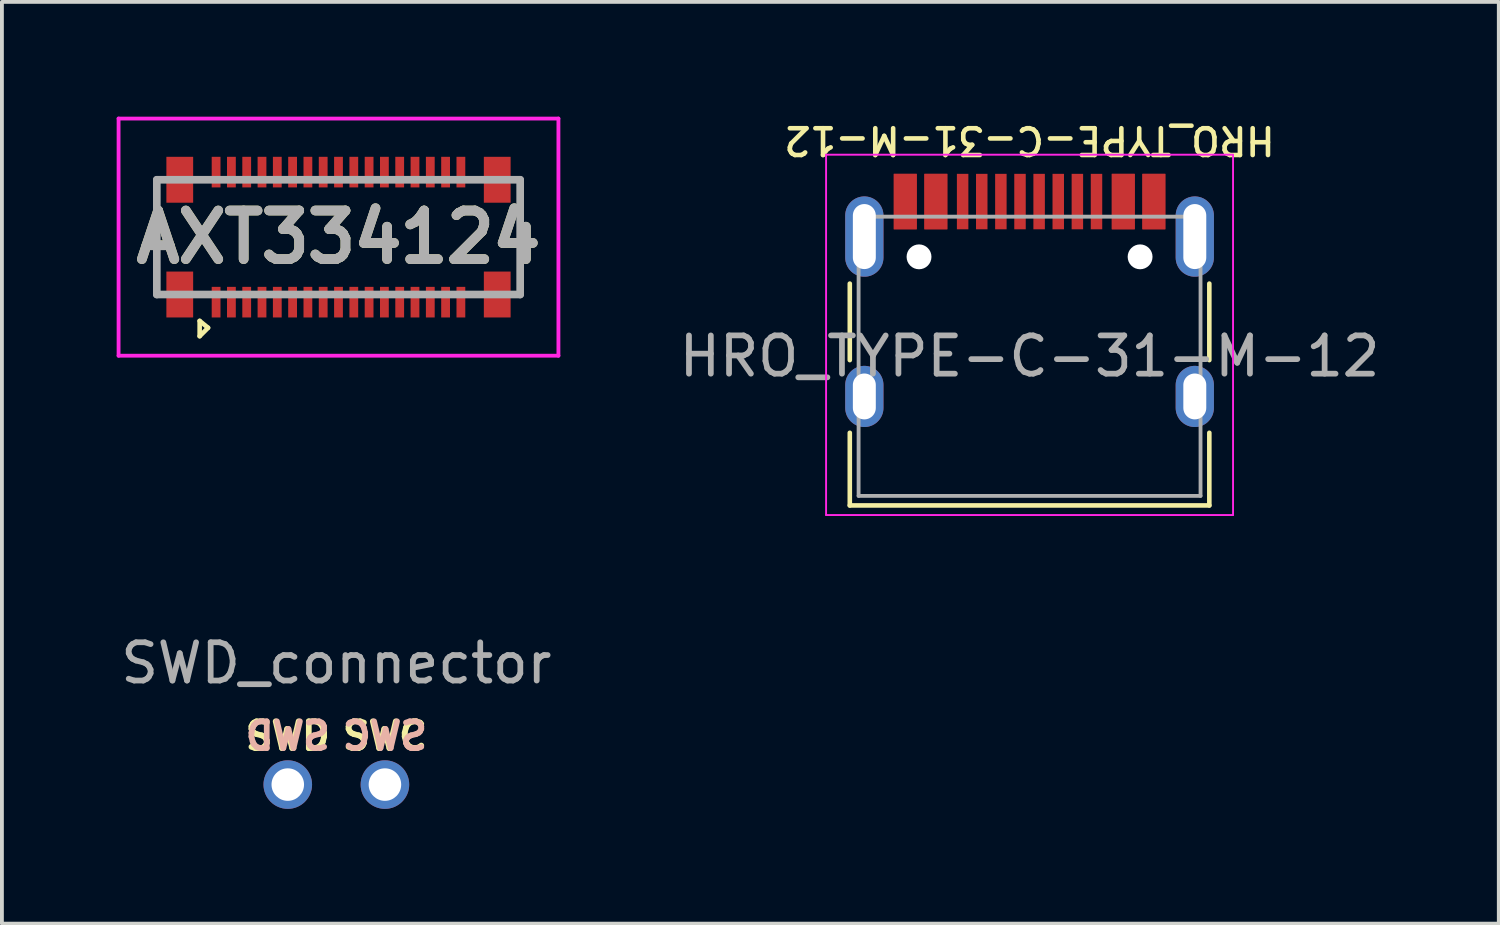
<source format=kicad_pcb>
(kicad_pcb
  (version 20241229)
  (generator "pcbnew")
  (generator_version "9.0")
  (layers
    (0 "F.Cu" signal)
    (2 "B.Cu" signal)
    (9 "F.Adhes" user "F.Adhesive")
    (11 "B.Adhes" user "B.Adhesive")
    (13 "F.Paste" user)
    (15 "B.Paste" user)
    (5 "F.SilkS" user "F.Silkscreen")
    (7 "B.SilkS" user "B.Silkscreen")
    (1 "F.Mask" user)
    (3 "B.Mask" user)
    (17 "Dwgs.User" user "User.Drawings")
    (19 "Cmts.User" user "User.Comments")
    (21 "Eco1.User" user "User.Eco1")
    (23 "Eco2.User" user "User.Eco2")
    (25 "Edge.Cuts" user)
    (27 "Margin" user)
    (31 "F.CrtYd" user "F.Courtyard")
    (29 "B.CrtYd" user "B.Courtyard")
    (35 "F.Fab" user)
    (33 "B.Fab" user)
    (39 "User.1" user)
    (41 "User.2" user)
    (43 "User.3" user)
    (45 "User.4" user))
  (footprint "HRO_TYPE-C-31-M-12"
    (layer "F.Cu")
    (at 23.868 6.265)
    (property "Reference" "HRO_TYPE-C-31-M-12" (at 0 -5.645 180) (unlocked yes) (layer "F.SilkS") (effects (font (size 0.7 0.7) (thickness 0.12))))
    (attr smd)
    (fp_line (start -4.7 -1.9) (end -4.7 0.1) (stroke (width 0.12) (type solid)) (layer "F.SilkS"))
    (fp_line (start -4.7 2) (end -4.7 3.9) (stroke (width 0.12) (type solid)) (layer "F.SilkS"))
    (fp_line (start -4.7 3.9) (end 4.7 3.9) (stroke (width 0.12) (type solid)) (layer "F.SilkS"))
    (fp_line (start 4.7 -1.9) (end 4.7 0.1) (stroke (width 0.12) (type solid)) (layer "F.SilkS"))
    (fp_line (start 4.7 2) (end 4.7 3.9) (stroke (width 0.12) (type solid)) (layer "F.SilkS"))
    (fp_line (start -5.32 -5.27) (end -5.32 4.15) (stroke (width 0.05) (type solid)) (layer "F.CrtYd"))
    (fp_line (start -5.32 -5.27) (end 5.32 -5.27) (stroke (width 0.05) (type solid)) (layer "F.CrtYd"))
    (fp_line (start -5.32 4.15) (end 5.32 4.15) (stroke (width 0.05) (type solid)) (layer "F.CrtYd"))
    (fp_line (start 5.32 -5.27) (end 5.32 4.15) (stroke (width 0.05) (type solid)) (layer "F.CrtYd"))
    (fp_line (start -4.47 -3.65) (end -4.47 3.65) (stroke (width 0.1) (type solid)) (layer "F.Fab"))
    (fp_line (start -4.47 -3.65) (end 4.47 -3.65) (stroke (width 0.1) (type solid)) (layer "F.Fab"))
    (fp_line (start -4.47 3.65) (end 4.47 3.65) (stroke (width 0.1) (type solid)) (layer "F.Fab"))
    (fp_line (start 4.47 -3.65) (end 4.47 3.65) (stroke (width 0.1) (type solid)) (layer "F.Fab"))
    (fp_text user "${REFERENCE}" (at 0 0 180) (layer "F.Fab") (effects (font (size 1 1) (thickness 0.15))))
    (pad "" np_thru_hole circle (at -2.89 -2.6) (size 0.65 0.65) (drill 0.65) (layers "*.Cu" "*.Mask"))
    (pad "" np_thru_hole circle (at 2.89 -2.6) (size 0.65 0.65) (drill 0.65) (layers "*.Cu" "*.Mask"))
    (pad "A1" smd rect (at -3.25 -4.045) (size 0.6 1.45) (layers "F.Cu" "F.Mask" "F.Paste"))
    (pad "A4" smd rect (at -2.45 -4.045) (size 0.6 1.45) (layers "F.Cu" "F.Mask" "F.Paste"))
    (pad "A5" smd rect (at -1.25 -4.045) (size 0.3 1.45) (layers "F.Cu" "F.Mask" "F.Paste"))
    (pad "A6" smd rect (at -0.25 -4.045) (size 0.3 1.45) (layers "F.Cu" "F.Mask" "F.Paste"))
    (pad "A7" smd rect (at 0.25 -4.045) (size 0.3 1.45) (layers "F.Cu" "F.Mask" "F.Paste"))
    (pad "A8" smd rect (at 1.25 -4.045) (size 0.3 1.45) (layers "F.Cu" "F.Mask" "F.Paste"))
    (pad "A9" smd rect (at 2.45 -4.045) (size 0.6 1.45) (layers "F.Cu" "F.Mask" "F.Paste"))
    (pad "A12" smd rect (at 3.25 -4.045) (size 0.6 1.45) (layers "F.Cu" "F.Mask" "F.Paste"))
    (pad "B1" smd rect (at 3.25 -4.045) (size 0.6 1.45) (layers "F.Cu" "F.Mask" "F.Paste"))
    (pad "B4" smd rect (at 2.45 -4.045) (size 0.6 1.45) (layers "F.Cu" "F.Mask" "F.Paste"))
    (pad "B5" smd rect (at 1.75 -4.045) (size 0.3 1.45) (layers "F.Cu" "F.Mask" "F.Paste"))
    (pad "B6" smd rect (at 0.75 -4.045) (size 0.3 1.45) (layers "F.Cu" "F.Mask" "F.Paste"))
    (pad "B7" smd rect (at -0.75 -4.045) (size 0.3 1.45) (layers "F.Cu" "F.Mask" "F.Paste"))
    (pad "B8" smd rect (at -1.75 -4.045) (size 0.3 1.45) (layers "F.Cu" "F.Mask" "F.Paste"))
    (pad "B9" smd rect (at -2.45 -4.045) (size 0.6 1.45) (layers "F.Cu" "F.Mask" "F.Paste"))
    (pad "B12" smd rect (at -3.25 -4.045) (size 0.6 1.45) (layers "F.Cu" "F.Mask" "F.Paste"))
    (pad "S1" thru_hole oval (at -4.32 -3.13) (size 1 2.1) (drill oval 0.6 1.7) (layers "*.Cu" "*.Mask"))
    (pad "S1" thru_hole oval (at -4.32 1.05) (size 1 1.6) (drill oval 0.6 1.2) (layers "*.Cu" "*.Mask"))
    (pad "S1" thru_hole oval (at 4.32 -3.13) (size 1 2.1) (drill oval 0.6 1.7) (layers "*.Cu" "*.Mask"))
    (pad "S1" thru_hole oval (at 4.32 1.05) (size 1 1.6) (drill oval 0.6 1.2) (layers "*.Cu" "*.Mask")))
  (footprint "AXT334124"
    (layer "F.Cu")
    (at 5.8 3.15)
    (property "Reference" "AXT334124" (at 0 0 0) (layer "F.SilkS") (effects (font (size 1.27 1.27) (thickness 0.254))))
    (attr smd)
    (fp_line (start -4.75 -1.5) (end -4.75 1.5) (stroke (width 0.1) (type solid)) (layer "F.SilkS"))
    (fp_line (start -3.63 2.19) (end -3.63 2.59) (stroke (width 0.12) (type default)) (layer "F.SilkS"))
    (fp_line (start -3.63 2.19) (end -3.41 2.37) (stroke (width 0.12) (type default)) (layer "F.SilkS"))
    (fp_line (start -3.63 2.59) (end -3.41 2.37) (stroke (width 0.12) (type default)) (layer "F.SilkS"))
    (fp_line (start 4.75 -1.5) (end 4.75 1.5) (stroke (width 0.1) (type solid)) (layer "F.SilkS"))
    (fp_line (start -5.75 -3.1) (end 5.75 -3.1) (stroke (width 0.1) (type solid)) (layer "F.CrtYd"))
    (fp_line (start -5.75 3.1) (end -5.75 -3.1) (stroke (width 0.1) (type solid)) (layer "F.CrtYd"))
    (fp_line (start 5.75 -3.1) (end 5.75 3.1) (stroke (width 0.1) (type solid)) (layer "F.CrtYd"))
    (fp_line (start 5.75 3.1) (end -5.75 3.1) (stroke (width 0.1) (type solid)) (layer "F.CrtYd"))
    (fp_line (start -4.75 -1.5) (end 4.75 -1.5) (stroke (width 0.2) (type solid)) (layer "F.Fab"))
    (fp_line (start -4.75 1.5) (end -4.75 -1.5) (stroke (width 0.2) (type solid)) (layer "F.Fab"))
    (fp_line (start 4.75 -1.5) (end 4.75 1.5) (stroke (width 0.2) (type solid)) (layer "F.Fab"))
    (fp_line (start 4.75 1.5) (end -4.75 1.5) (stroke (width 0.2) (type solid)) (layer "F.Fab"))
    (fp_text user "${REFERENCE}" (at 0 0 0) (layer "F.Fab") (effects (font (size 1.27 1.27) (thickness 0.254))))
    (pad "1" smd rect (at -3.2 1.7) (size 0.23 0.8) (layers "F.Cu" "F.Mask" "F.Paste"))
    (pad "2" smd rect (at -3.2 -1.7) (size 0.23 0.8) (layers "F.Cu" "F.Mask" "F.Paste"))
    (pad "3" smd rect (at -2.8 1.7) (size 0.23 0.8) (layers "F.Cu" "F.Mask" "F.Paste"))
    (pad "4" smd rect (at -2.8 -1.7) (size 0.23 0.8) (layers "F.Cu" "F.Mask" "F.Paste"))
    (pad "5" smd rect (at -2.4 1.7) (size 0.23 0.8) (layers "F.Cu" "F.Mask" "F.Paste"))
    (pad "6" smd rect (at -2.4 -1.7) (size 0.23 0.8) (layers "F.Cu" "F.Mask" "F.Paste"))
    (pad "7" smd rect (at -2 1.7) (size 0.23 0.8) (layers "F.Cu" "F.Mask" "F.Paste"))
    (pad "8" smd rect (at -2 -1.7) (size 0.23 0.8) (layers "F.Cu" "F.Mask" "F.Paste"))
    (pad "9" smd rect (at -1.6 1.7) (size 0.23 0.8) (layers "F.Cu" "F.Mask" "F.Paste"))
    (pad "10" smd rect (at -1.6 -1.7) (size 0.23 0.8) (layers "F.Cu" "F.Mask" "F.Paste"))
    (pad "11" smd rect (at -1.2 1.7) (size 0.23 0.8) (layers "F.Cu" "F.Mask" "F.Paste"))
    (pad "12" smd rect (at -1.2 -1.7) (size 0.23 0.8) (layers "F.Cu" "F.Mask" "F.Paste"))
    (pad "13" smd rect (at -0.8 1.7) (size 0.23 0.8) (layers "F.Cu" "F.Mask" "F.Paste"))
    (pad "14" smd rect (at -0.8 -1.7) (size 0.23 0.8) (layers "F.Cu" "F.Mask" "F.Paste"))
    (pad "15" smd rect (at -0.4 1.7) (size 0.23 0.8) (layers "F.Cu" "F.Mask" "F.Paste"))
    (pad "16" smd rect (at -0.4 -1.7) (size 0.23 0.8) (layers "F.Cu" "F.Mask" "F.Paste"))
    (pad "17" smd rect (at 0 1.7) (size 0.23 0.8) (layers "F.Cu" "F.Mask" "F.Paste"))
    (pad "18" smd rect (at 0 -1.7) (size 0.23 0.8) (layers "F.Cu" "F.Mask" "F.Paste"))
    (pad "19" smd rect (at 0.4 1.7) (size 0.23 0.8) (layers "F.Cu" "F.Mask" "F.Paste"))
    (pad "20" smd rect (at 0.4 -1.7) (size 0.23 0.8) (layers "F.Cu" "F.Mask" "F.Paste"))
    (pad "21" smd rect (at 0.8 1.7) (size 0.23 0.8) (layers "F.Cu" "F.Mask" "F.Paste"))
    (pad "22" smd rect (at 0.8 -1.7) (size 0.23 0.8) (layers "F.Cu" "F.Mask" "F.Paste"))
    (pad "23" smd rect (at 1.2 1.7) (size 0.23 0.8) (layers "F.Cu" "F.Mask" "F.Paste"))
    (pad "24" smd rect (at 1.2 -1.7) (size 0.23 0.8) (layers "F.Cu" "F.Mask" "F.Paste"))
    (pad "25" smd rect (at 1.6 1.7) (size 0.23 0.8) (layers "F.Cu" "F.Mask" "F.Paste"))
    (pad "26" smd rect (at 1.6 -1.7) (size 0.23 0.8) (layers "F.Cu" "F.Mask" "F.Paste"))
    (pad "27" smd rect (at 2 1.7) (size 0.23 0.8) (layers "F.Cu" "F.Mask" "F.Paste"))
    (pad "28" smd rect (at 2 -1.7) (size 0.23 0.8) (layers "F.Cu" "F.Mask" "F.Paste"))
    (pad "29" smd rect (at 2.4 1.7) (size 0.23 0.8) (layers "F.Cu" "F.Mask" "F.Paste"))
    (pad "30" smd rect (at 2.4 -1.7) (size 0.23 0.8) (layers "F.Cu" "F.Mask" "F.Paste"))
    (pad "31" smd rect (at 2.8 1.7) (size 0.23 0.8) (layers "F.Cu" "F.Mask" "F.Paste"))
    (pad "32" smd rect (at 2.8 -1.7) (size 0.23 0.8) (layers "F.Cu" "F.Mask" "F.Paste"))
    (pad "33" smd rect (at 3.2 1.7) (size 0.23 0.8) (layers "F.Cu" "F.Mask" "F.Paste"))
    (pad "34" smd rect (at 3.2 -1.7) (size 0.23 0.8) (layers "F.Cu" "F.Mask" "F.Paste"))
    (pad "35" smd rect (at -4.15 -1.5) (size 0.7 1.2) (layers "F.Cu" "F.Mask" "F.Paste"))
    (pad "36" smd rect (at -4.15 1.5) (size 0.7 1.2) (layers "F.Cu" "F.Mask" "F.Paste"))
    (pad "37" smd rect (at 4.15 1.5) (size 0.7 1.2) (layers "F.Cu" "F.Mask" "F.Paste"))
    (pad "38" smd rect (at 4.15 -1.5) (size 0.7 1.2) (layers "F.Cu" "F.Mask" "F.Paste")))
  (footprint "SWD_connector"
    (layer "F.Cu")
    (at 5.744 17.463)
    (property "Reference" "SWD_connector" (at 0 -3.175 0) (layer "F.Fab") (effects (font (size 1 1) (thickness 0.15))))
    (attr through_hole)
    (fp_text user "SWD" (at -1.27 -1.27 0) (unlocked yes) (layer "F.SilkS") (effects (font (size 0.7 0.7) (thickness 0.15))))
    (fp_text user "SWC" (at 1.27 -1.27 180) (layer "F.SilkS") (effects (font (size 0.7 0.7) (thickness 0.15))))
    (fp_text user "SWD" (at -1.27 -1.27 0) (unlocked yes) (layer "B.SilkS") (effects (font (size 0.7 0.7) (thickness 0.15)) (justify mirror)))
    (fp_text user "SWC" (at 1.27 -1.27 180) (layer "B.SilkS") (effects (font (size 0.7 0.7) (thickness 0.15)) (justify mirror)))
    (pad "1" thru_hole circle (at -1.27 0 90) (size 1.27 1.27) (drill 0.85) (layers "*.Cu" "*.Mask"))
    (pad "2" thru_hole circle (at 1.27 0) (size 1.27 1.27) (drill 0.85) (layers "*.Cu" "*.Mask")))
  (gr_rect
    (start -3 -3)
    (end 36.136 21.098)
    (stroke (width 0.1) (type default))
    (fill no)
    (layer "Edge.Cuts")))
</source>
